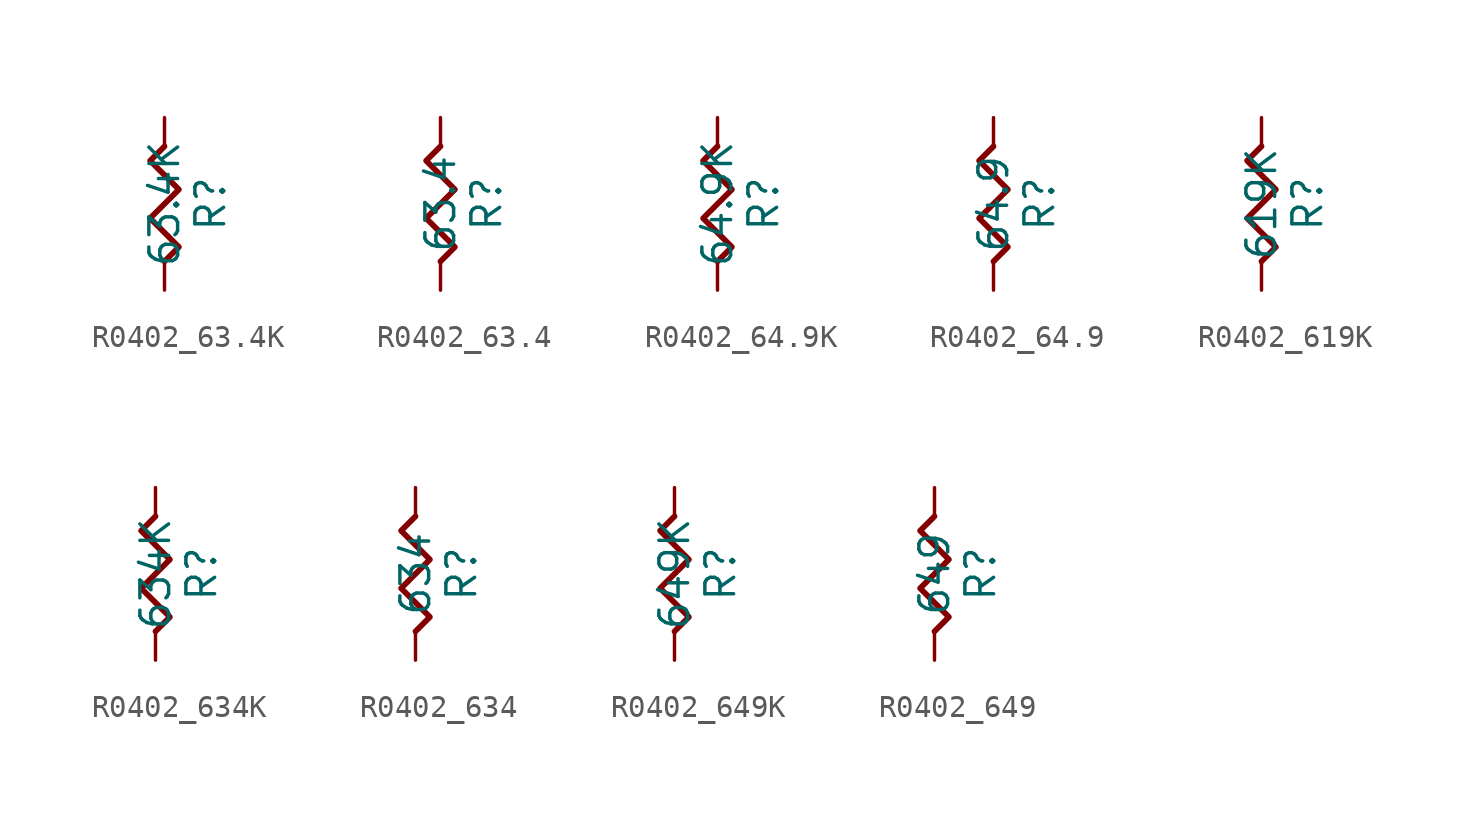
<source format=kicad_sym>
(kicad_symbol_lib
  (version 20211014)
  (generator atlantix-eda)
  (symbol "R0402_63.4K"
    (pin_numbers hide)
    (pin_names
      (offset 0))
    (property "Reference" "R"
      (at 2.032 0 90)
      (effects (font (size 1.27 1.27))))
    (property "Value" "63.4K"
      (at 0 0 90)
      (effects (font (size 1.27 1.27))))
    (symbol "R0402_63.4K_0_1"
      (polyline (pts (xy 0 -2.54) (xy 0.635 -1.905) (xy -0.635 -0.635) (xy 0.635 0.635) (xy -0.635 1.905) (xy 0 2.54)) (stroke (width 0.254) (type default) (color 0 0 0 0)) (fill (type none))))
    (symbol "R0402_63.4K_1_1"
      (pin passive line (at 0 3.81 270) (length 1.27) (name "~" (effects (font (size 1.27 1.27)))) (number "1" (effects (font (size 1.27 1.27)))))
      (pin passive line (at 0 -3.81 90) (length 1.27) (name "~" (effects (font (size 1.27 1.27)))) (number "2" (effects (font (size 1.27 1.27)))))))
  (symbol "R0402_63.4"
    (pin_numbers hide)
    (pin_names
      (offset 0))
    (property "Reference" "R"
      (at 2.032 0 90)
      (effects (font (size 1.27 1.27))))
    (property "Value" "63.4"
      (at 0 0 90)
      (effects (font (size 1.27 1.27))))
    (symbol "R0402_63.4_0_1"
      (polyline (pts (xy 0 -2.54) (xy 0.635 -1.905) (xy -0.635 -0.635) (xy 0.635 0.635) (xy -0.635 1.905) (xy 0 2.54)) (stroke (width 0.254) (type default) (color 0 0 0 0)) (fill (type none))))
    (symbol "R0402_63.4_1_1"
      (pin passive line (at 0 3.81 270) (length 1.27) (name "~" (effects (font (size 1.27 1.27)))) (number "1" (effects (font (size 1.27 1.27)))))
      (pin passive line (at 0 -3.81 90) (length 1.27) (name "~" (effects (font (size 1.27 1.27)))) (number "2" (effects (font (size 1.27 1.27)))))))
  (symbol "R0402_64.9K"
    (pin_numbers hide)
    (pin_names
      (offset 0))
    (property "Reference" "R"
      (at 2.032 0 90)
      (effects (font (size 1.27 1.27))))
    (property "Value" "64.9K"
      (at 0 0 90)
      (effects (font (size 1.27 1.27))))
    (symbol "R0402_64.9K_0_1"
      (polyline (pts (xy 0 -2.54) (xy 0.635 -1.905) (xy -0.635 -0.635) (xy 0.635 0.635) (xy -0.635 1.905) (xy 0 2.54)) (stroke (width 0.254) (type default) (color 0 0 0 0)) (fill (type none))))
    (symbol "R0402_64.9K_1_1"
      (pin passive line (at 0 3.81 270) (length 1.27) (name "~" (effects (font (size 1.27 1.27)))) (number "1" (effects (font (size 1.27 1.27)))))
      (pin passive line (at 0 -3.81 90) (length 1.27) (name "~" (effects (font (size 1.27 1.27)))) (number "2" (effects (font (size 1.27 1.27)))))))
  (symbol "R0402_64.9"
    (pin_numbers hide)
    (pin_names
      (offset 0))
    (property "Reference" "R"
      (at 2.032 0 90)
      (effects (font (size 1.27 1.27))))
    (property "Value" "64.9"
      (at 0 0 90)
      (effects (font (size 1.27 1.27))))
    (symbol "R0402_64.9_0_1"
      (polyline (pts (xy 0 -2.54) (xy 0.635 -1.905) (xy -0.635 -0.635) (xy 0.635 0.635) (xy -0.635 1.905) (xy 0 2.54)) (stroke (width 0.254) (type default) (color 0 0 0 0)) (fill (type none))))
    (symbol "R0402_64.9_1_1"
      (pin passive line (at 0 3.81 270) (length 1.27) (name "~" (effects (font (size 1.27 1.27)))) (number "1" (effects (font (size 1.27 1.27)))))
      (pin passive line (at 0 -3.81 90) (length 1.27) (name "~" (effects (font (size 1.27 1.27)))) (number "2" (effects (font (size 1.27 1.27)))))))
  (symbol "R0402_619K"
    (pin_numbers hide)
    (pin_names
      (offset 0))
    (property "Reference" "R"
      (at 2.032 0 90)
      (effects (font (size 1.27 1.27))))
    (property "Value" "619K"
      (at 0 0 90)
      (effects (font (size 1.27 1.27))))
    (symbol "R0402_619K_0_1"
      (polyline (pts (xy 0 -2.54) (xy 0.635 -1.905) (xy -0.635 -0.635) (xy 0.635 0.635) (xy -0.635 1.905) (xy 0 2.54)) (stroke (width 0.254) (type default) (color 0 0 0 0)) (fill (type none))))
    (symbol "R0402_619K_1_1"
      (pin passive line (at 0 3.81 270) (length 1.27) (name "~" (effects (font (size 1.27 1.27)))) (number "1" (effects (font (size 1.27 1.27)))))
      (pin passive line (at 0 -3.81 90) (length 1.27) (name "~" (effects (font (size 1.27 1.27)))) (number "2" (effects (font (size 1.27 1.27)))))))
  (symbol "R0402_634K"
    (pin_numbers hide)
    (pin_names
      (offset 0))
    (property "Reference" "R"
      (at 2.032 0 90)
      (effects (font (size 1.27 1.27))))
    (property "Value" "634K"
      (at 0 0 90)
      (effects (font (size 1.27 1.27))))
    (symbol "R0402_634K_0_1"
      (polyline (pts (xy 0 -2.54) (xy 0.635 -1.905) (xy -0.635 -0.635) (xy 0.635 0.635) (xy -0.635 1.905) (xy 0 2.54)) (stroke (width 0.254) (type default) (color 0 0 0 0)) (fill (type none))))
    (symbol "R0402_634K_1_1"
      (pin passive line (at 0 3.81 270) (length 1.27) (name "~" (effects (font (size 1.27 1.27)))) (number "1" (effects (font (size 1.27 1.27)))))
      (pin passive line (at 0 -3.81 90) (length 1.27) (name "~" (effects (font (size 1.27 1.27)))) (number "2" (effects (font (size 1.27 1.27)))))))
  (symbol "R0402_634"
    (pin_numbers hide)
    (pin_names
      (offset 0))
    (property "Reference" "R"
      (at 2.032 0 90)
      (effects (font (size 1.27 1.27))))
    (property "Value" "634"
      (at 0 0 90)
      (effects (font (size 1.27 1.27))))
    (symbol "R0402_634_0_1"
      (polyline (pts (xy 0 -2.54) (xy 0.635 -1.905) (xy -0.635 -0.635) (xy 0.635 0.635) (xy -0.635 1.905) (xy 0 2.54)) (stroke (width 0.254) (type default) (color 0 0 0 0)) (fill (type none))))
    (symbol "R0402_634_1_1"
      (pin passive line (at 0 3.81 270) (length 1.27) (name "~" (effects (font (size 1.27 1.27)))) (number "1" (effects (font (size 1.27 1.27)))))
      (pin passive line (at 0 -3.81 90) (length 1.27) (name "~" (effects (font (size 1.27 1.27)))) (number "2" (effects (font (size 1.27 1.27)))))))
  (symbol "R0402_649K"
    (pin_numbers hide)
    (pin_names
      (offset 0))
    (property "Reference" "R"
      (at 2.032 0 90)
      (effects (font (size 1.27 1.27))))
    (property "Value" "649K"
      (at 0 0 90)
      (effects (font (size 1.27 1.27))))
    (symbol "R0402_649K_0_1"
      (polyline (pts (xy 0 -2.54) (xy 0.635 -1.905) (xy -0.635 -0.635) (xy 0.635 0.635) (xy -0.635 1.905) (xy 0 2.54)) (stroke (width 0.254) (type default) (color 0 0 0 0)) (fill (type none))))
    (symbol "R0402_649K_1_1"
      (pin passive line (at 0 3.81 270) (length 1.27) (name "~" (effects (font (size 1.27 1.27)))) (number "1" (effects (font (size 1.27 1.27)))))
      (pin passive line (at 0 -3.81 90) (length 1.27) (name "~" (effects (font (size 1.27 1.27)))) (number "2" (effects (font (size 1.27 1.27)))))))
  (symbol "R0402_649"
    (pin_numbers hide)
    (pin_names
      (offset 0))
    (property "Reference" "R"
      (at 2.032 0 90)
      (effects (font (size 1.27 1.27))))
    (property "Value" "649"
      (at 0 0 90)
      (effects (font (size 1.27 1.27))))
    (symbol "R0402_649_0_1"
      (polyline (pts (xy 0 -2.54) (xy 0.635 -1.905) (xy -0.635 -0.635) (xy 0.635 0.635) (xy -0.635 1.905) (xy 0 2.54)) (stroke (width 0.254) (type default) (color 0 0 0 0)) (fill (type none))))
    (symbol "R0402_649_1_1"
      (pin passive line (at 0 3.81 270) (length 1.27) (name "~" (effects (font (size 1.27 1.27)))) (number "1" (effects (font (size 1.27 1.27)))))
      (pin passive line (at 0 -3.81 90) (length 1.27) (name "~" (effects (font (size 1.27 1.27)))) (number "2" (effects (font (size 1.27 1.27))))))))
</source>
